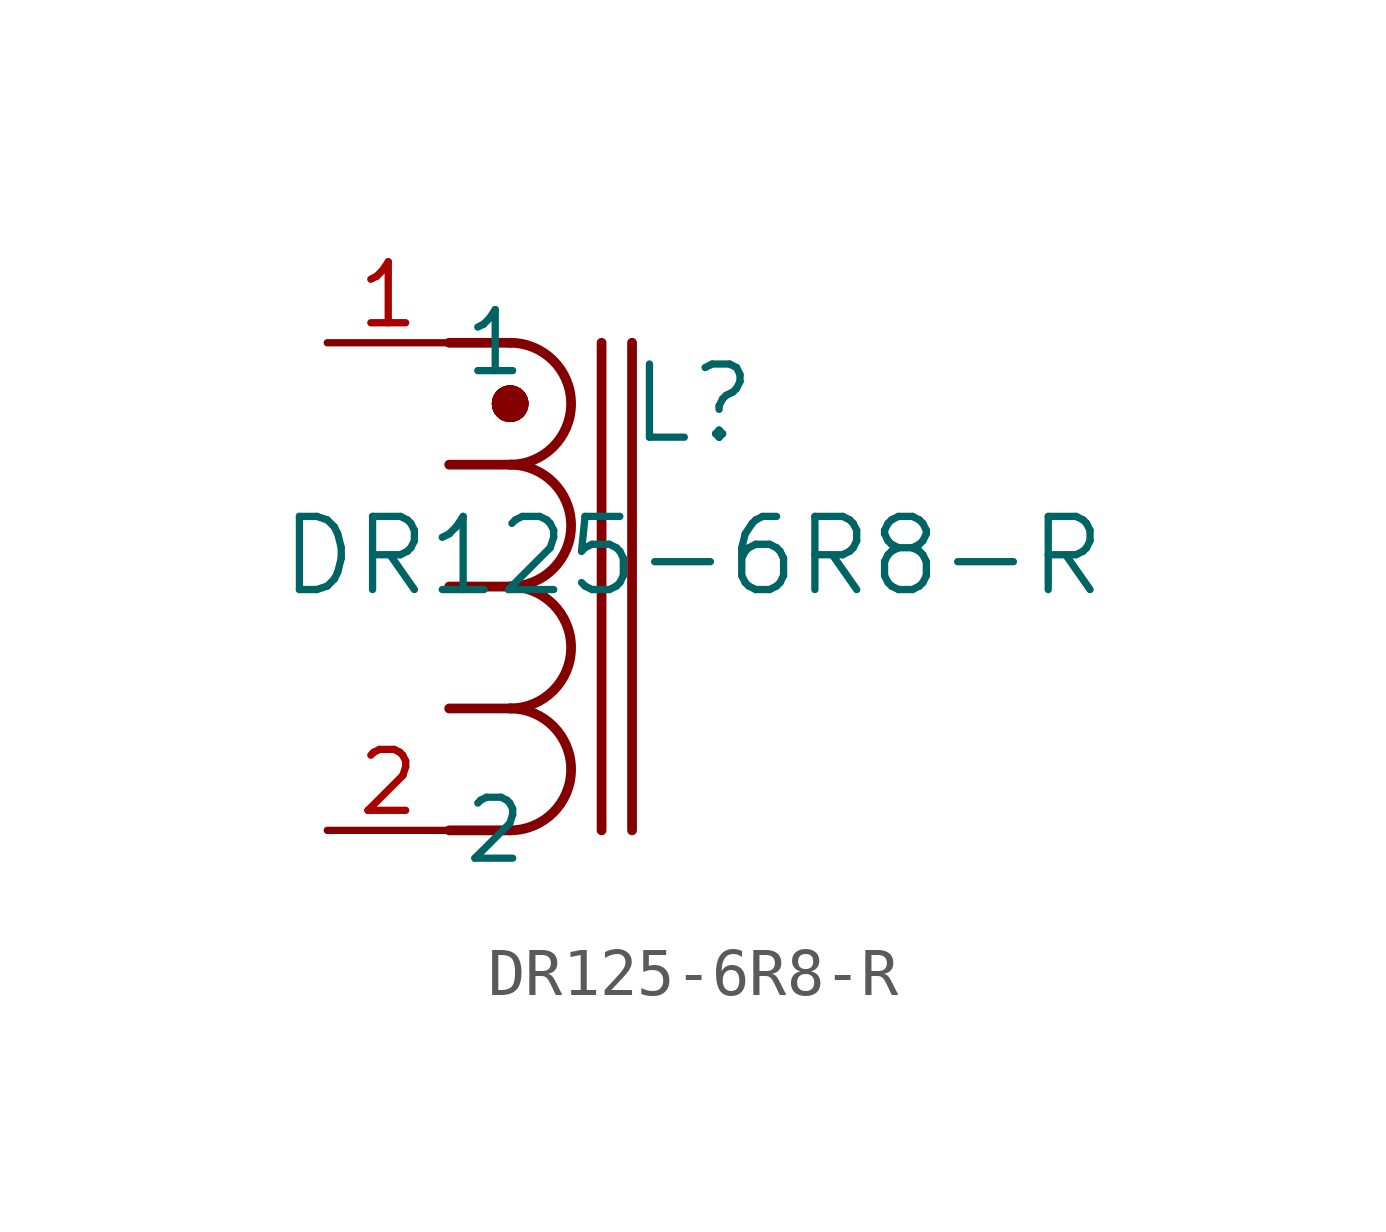
<source format=kicad_sym>
(kicad_symbol_lib
  (version 20211014)
  (generator kicad_symbol_editor)
  (symbol "DR125-6R8-R"
    (pin_names
      (offset 0.254))
    (property "Reference" "L"
      (at 7.62 -1.27 0)
      (effects (font (size 1.524 1.524))))
    (property "Value" "DR125-6R8-R"
      (at 7.62 -4.445 0)
      (effects (font (size 1.524 1.524))))
    (arc
      (start 3.81 -7.62)
      (mid 5.08 -6.35)
      (end 3.81 -5.08)
      (stroke (width 0.2032) (type default) (color 0 0 0 0))
      (fill (type none)))
    (arc
      (start 3.81 -10.16)
      (mid 5.08 -8.89)
      (end 3.81 -7.62)
      (stroke (width 0.2032) (type default) (color 0 0 0 0))
      (fill (type none)))
    (arc
      (start 3.81 -2.54)
      (mid 5.08 -1.27)
      (end 3.81 0)
      (stroke (width 0.2032) (type default) (color 0 0 0 0))
      (fill (type none)))
    (arc
      (start 3.81 -5.08)
      (mid 5.08 -3.81)
      (end 3.81 -2.54)
      (stroke (width 0.2032) (type default) (color 0 0 0 0))
      (fill (type none)))
    (polyline
      (pts (xy 2.54 -5.08) (xy 3.81 -5.08))
      (stroke (width 0.203) (type default) (color 0 0 0 0))
      (fill (type none)))
    (polyline
      (pts (xy 2.54 -7.62) (xy 3.81 -7.62))
      (stroke (width 0.203) (type default) (color 0 0 0 0))
      (fill (type none)))
    (polyline
      (pts (xy 3.683 -1.27) (xy 3.81 -1.27))
      (stroke (width 0.508) (type default) (color 0 0 0 0))
      (fill (type none)))
    (polyline
      (pts (xy 2.54 -10.16) (xy 3.81 -10.16))
      (stroke (width 0.203) (type default) (color 0 0 0 0))
      (fill (type none)))
    (polyline
      (pts (xy 2.54 -2.54) (xy 3.81 -2.54))
      (stroke (width 0.203) (type default) (color 0 0 0 0))
      (fill (type none)))
    (polyline
      (pts (xy 6.35 0) (xy 6.35 -10.16))
      (stroke (width 0.203) (type default) (color 0 0 0 0))
      (fill (type none)))
    (polyline
      (pts (xy 5.715 0) (xy 5.715 -10.16))
      (stroke (width 0.203) (type default) (color 0 0 0 0))
      (fill (type none)))
    (arc
      (start 3.81 -1.524)
      (mid 4.064 -1.27)
      (end 3.81 -1.016)
      (stroke (width 0.254) (type default) (color 0 0 0 0))
      (fill (type none)))
    (arc
      (start 3.81 -1.016)
      (mid 3.556 -1.27)
      (end 3.81 -1.524)
      (stroke (width 0.254) (type default) (color 0 0 0 0))
      (fill (type none)))
    (arc
      (start 3.81 -1.524)
      (mid 4.064 -1.27)
      (end 3.81 -1.016)
      (stroke (width 0.254) (type default) (color 0 0 0 0))
      (fill (type none)))
    (arc
      (start 3.81 -1.016)
      (mid 3.556 -1.27)
      (end 3.81 -1.524)
      (stroke (width 0.254) (type default) (color 0 0 0 0))
      (fill (type none)))
    (arc
      (start 3.81 -1.524)
      (mid 4.064 -1.27)
      (end 3.81 -1.016)
      (stroke (width 0.254) (type default) (color 0 0 0 0))
      (fill (type none)))
    (arc
      (start 3.81 -1.016)
      (mid 3.556 -1.27)
      (end 3.81 -1.524)
      (stroke (width 0.254) (type default) (color 0 0 0 0))
      (fill (type none)))
    (arc
      (start 3.81 -1.524)
      (mid 4.064 -1.27)
      (end 3.81 -1.016)
      (stroke (width 0.254) (type default) (color 0 0 0 0))
      (fill (type none)))
    (arc
      (start 3.81 -1.016)
      (mid 3.556 -1.27)
      (end 3.81 -1.524)
      (stroke (width 0.254) (type default) (color 0 0 0 0))
      (fill (type none)))
    (arc
      (start 3.81 -1.524)
      (mid 4.064 -1.27)
      (end 3.81 -1.016)
      (stroke (width 0.254) (type default) (color 0 0 0 0))
      (fill (type none)))
    (arc
      (start 3.81 -1.016)
      (mid 3.556 -1.27)
      (end 3.81 -1.524)
      (stroke (width 0.254) (type default) (color 0 0 0 0))
      (fill (type none)))
    (arc
      (start 3.81 -1.524)
      (mid 4.064 -1.27)
      (end 3.81 -1.016)
      (stroke (width 0.254) (type default) (color 0 0 0 0))
      (fill (type none)))
    (arc
      (start 3.81 -1.016)
      (mid 3.556 -1.27)
      (end 3.81 -1.524)
      (stroke (width 0.254) (type default) (color 0 0 0 0))
      (fill (type none)))
    (arc
      (start 3.81 -1.524)
      (mid 4.064 -1.27)
      (end 3.81 -1.016)
      (stroke (width 0.254) (type default) (color 0 0 0 0))
      (fill (type none)))
    (arc
      (start 3.81 -1.016)
      (mid 3.556 -1.27)
      (end 3.81 -1.524)
      (stroke (width 0.254) (type default) (color 0 0 0 0))
      (fill (type none)))
    (polyline
      (pts (xy 2.54 0) (xy 3.81 0))
      (stroke (width 0.203) (type default) (color 0 0 0 0))
      (fill (type none)))
    (pin unspecified line
      (at 0 0 0)
      (length 2.54)
      (name "1" (effects (font (size 1.27 1.27))))
      (number "1" (effects (font (size 1.27 1.27)))))
    (pin unspecified line
      (at 0 -10.16 0)
      (length 2.54)
      (name "2" (effects (font (size 1.27 1.27))))
      (number "2" (effects (font (size 1.27 1.27)))))))
</source>
